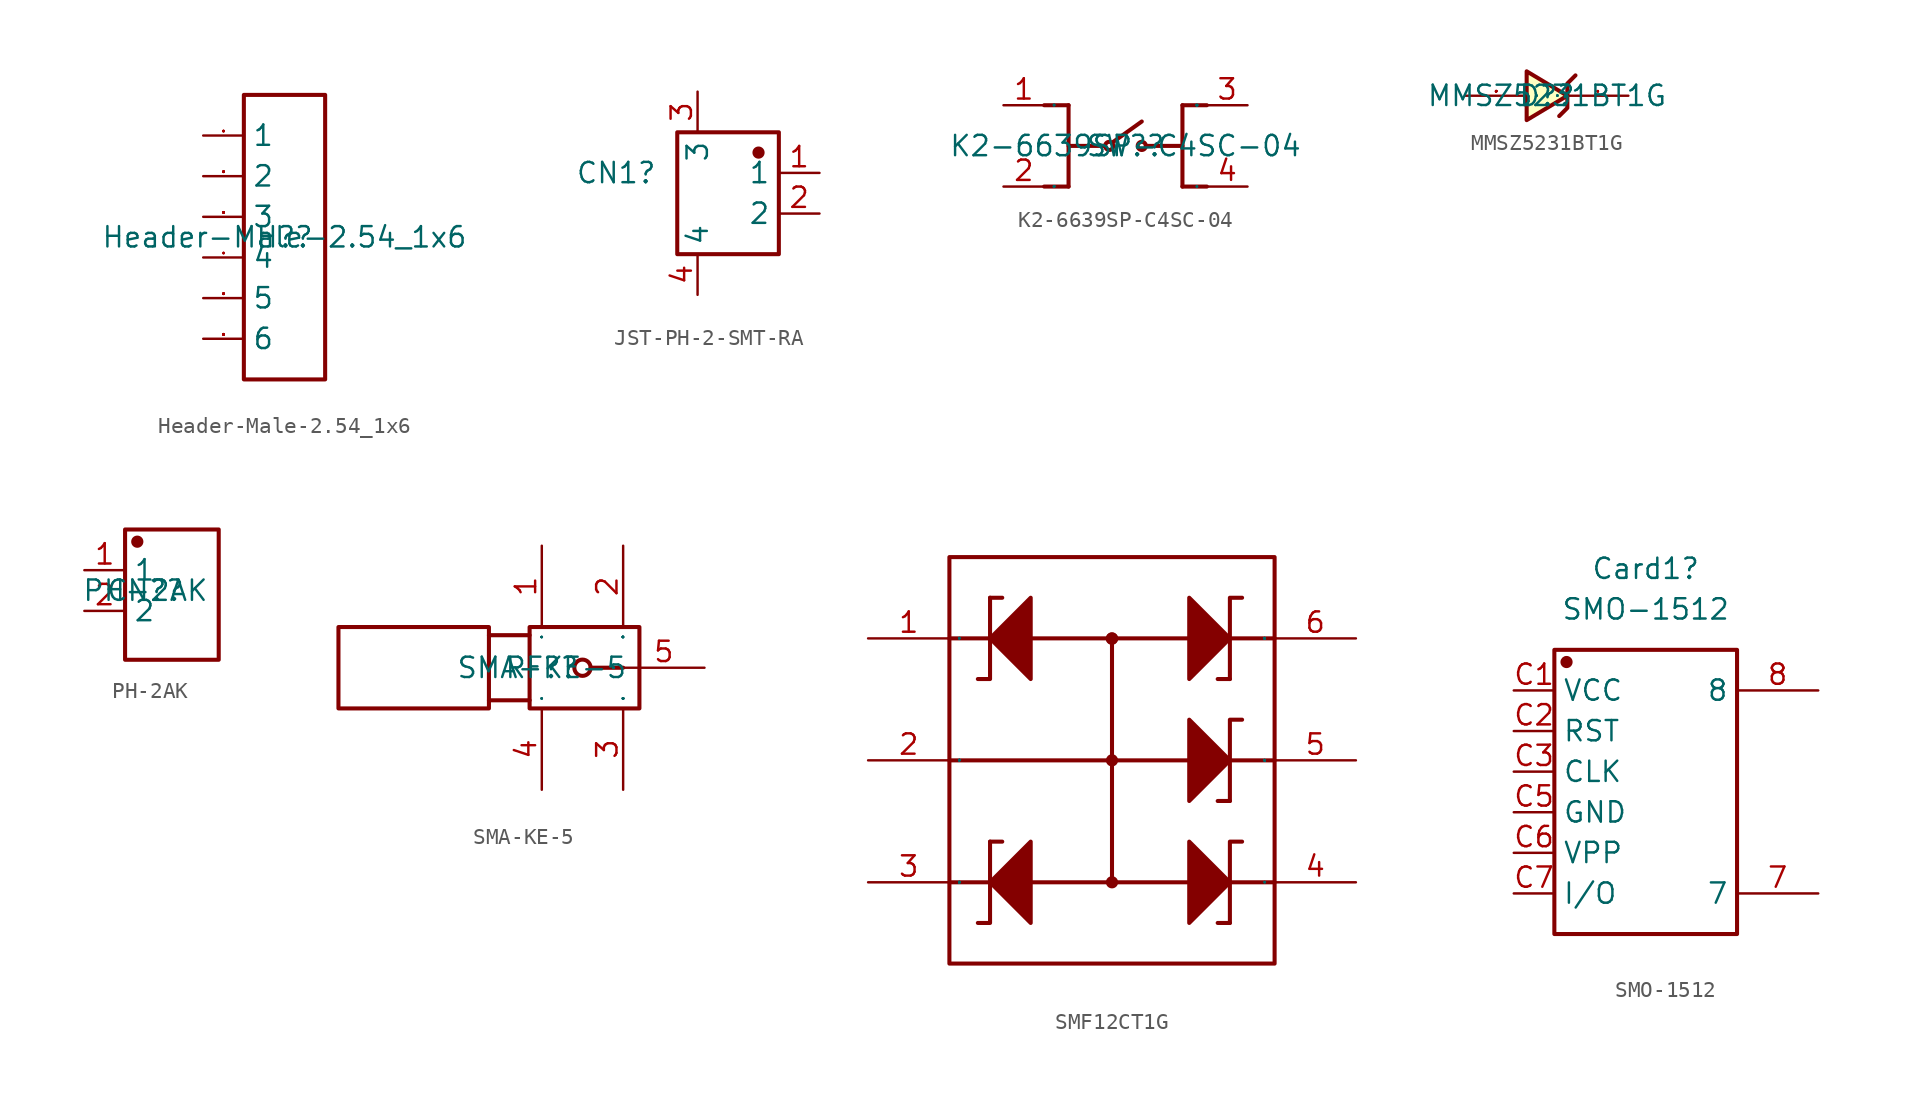
<source format=kicad_sym>
(kicad_symbol_lib
  (version 20241209)
  (generator "kicad_symbol_editor")
  (generator_version "9.0")
  (symbol "Header-Male-2.54_1x6"
    (property "Reference" "H?"
      (at 0 0 0)
      (effects (font (size 1.27 1.27))))
    (property "Value" "Header-Male-2.54_1x6"
      (at 0 0 0)
      (effects (font (size 1.27 1.27))))
    (symbol "Header-Male-2.54_1x6_0_0"
      (rectangle (start -2.54 8.89) (end 2.54 -8.89) (stroke (width 0.254) (type solid)) (fill (type none)))
      (pin input line (at -5.08 6.35 0) (length 2.54) (name "1" (effects (font (size 1.27 1.27)))) (number "1" (effects (font (size 0.025 0.025)))))
      (pin input line (at -5.08 3.81 0) (length 2.54) (name "2" (effects (font (size 1.27 1.27)))) (number "2" (effects (font (size 0.025 0.025)))))
      (pin input line (at -5.08 1.27 0) (length 2.54) (name "3" (effects (font (size 1.27 1.27)))) (number "3" (effects (font (size 0.025 0.025)))))
      (pin input line (at -5.08 -1.27 0) (length 2.54) (name "4" (effects (font (size 1.27 1.27)))) (number "4" (effects (font (size 0.025 0.025)))))
      (pin input line (at -5.08 -3.81 0) (length 2.54) (name "5" (effects (font (size 1.27 1.27)))) (number "5" (effects (font (size 0.025 0.025)))))
      (pin input line (at -5.08 -6.35 0) (length 2.54) (name "6" (effects (font (size 1.27 1.27)))) (number "6" (effects (font (size 0.025 0.025)))))))
  (symbol "JST-PH-2-SMT-RA"
    (property "Reference" "CN1"
      (at -6.35 1.27 0)
      (effects (font (size 1.27 1.27)) (justify right)))
    (symbol "JST-PH-2-SMT-RA_0_0"
      (rectangle (start -5.08 3.81) (end 1.27 -3.81) (stroke (width 0.254) (type solid)) (fill (type none)))
      (circle (center 0 2.54) (radius 0.254) (stroke (width 0.254) (type solid)) (fill (type outline)))
      (pin passive line (at -3.81 6.35 270) (length 2.54) (name "3" (effects (font (size 1.27 1.27)))) (number "3" (effects (font (size 1.27 1.27)))))
      (pin passive line (at -3.81 -6.35 90) (length 2.54) (name "4" (effects (font (size 1.27 1.27)))) (number "4" (effects (font (size 1.27 1.27)))))
      (pin power_in line (at 3.81 1.27 180) (length 2.54) (name "1" (effects (font (size 1.27 1.27)))) (number "1" (effects (font (size 1.27 1.27)))))
      (pin power_in line (at 3.81 -1.27 180) (length 2.54) (name "2" (effects (font (size 1.27 1.27)))) (number "2" (effects (font (size 1.27 1.27)))))))
  (symbol "K2-6639SP-C4SC-04"
    (property "Reference" "SW?"
      (at 0 0 0)
      (effects (font (size 1.27 1.27))))
    (property "Value" "K2-6639SP-C4SC-04"
      (at 0 0 0)
      (effects (font (size 1.27 1.27))))
    (symbol "K2-6639SP-C4SC-04_0_0"
      (polyline (pts (xy -5.08 2.54) (xy -3.556 2.54)) (stroke (width 0.254) (type solid)) (fill (type none)))
      (polyline (pts (xy -5.08 -2.54) (xy -3.556 -2.54)) (stroke (width 0.254) (type solid)) (fill (type none)))
      (polyline (pts (xy -3.556 -2.54) (xy -3.556 2.54)) (stroke (width 0.254) (type solid)) (fill (type none)))
      (polyline (pts (xy -1.27 0) (xy -3.556 0)) (stroke (width 0.254) (type solid)) (fill (type none)))
      (circle (center -1.016 0) (radius 0.254) (stroke (width 0.254) (type solid)) (fill (type none)))
      (polyline (pts (xy -0.762 0.254) (xy 1.016 1.524)) (stroke (width 0.254) (type solid)) (fill (type none)))
      (circle (center 1.016 0) (radius 0.254) (stroke (width 0.254) (type solid)) (fill (type none)))
      (polyline (pts (xy 1.27 0) (xy 3.556 0)) (stroke (width 0.254) (type solid)) (fill (type none)))
      (polyline (pts (xy 3.556 -2.54) (xy 3.556 2.54)) (stroke (width 0.254) (type solid)) (fill (type none)))
      (polyline (pts (xy 5.08 2.54) (xy 3.556 2.54)) (stroke (width 0.254) (type solid)) (fill (type none)))
      (polyline (pts (xy 5.08 -2.54) (xy 3.556 -2.54)) (stroke (width 0.254) (type solid)) (fill (type none))))
    (symbol "K2-6639SP-C4SC-04_1_0"
      (pin passive line (at -7.62 2.54 0) (length 2.54) (name "1" (effects (font (size 0.025 0.025)))) (number "1" (effects (font (size 1.27 1.27)))))
      (pin passive line (at -7.62 -2.54 0) (length 2.54) (name "2" (effects (font (size 0.025 0.025)))) (number "2" (effects (font (size 1.27 1.27)))))
      (pin passive line (at 7.62 2.54 180) (length 2.54) (name "3" (effects (font (size 0.025 0.025)))) (number "3" (effects (font (size 1.27 1.27)))))
      (pin passive line (at 7.62 -2.54 180) (length 2.54) (name "4" (effects (font (size 0.025 0.025)))) (number "4" (effects (font (size 1.27 1.27)))))))
  (symbol "MMSZ5231BT1G"
    (property "Reference" "D?"
      (at 0 0 0)
      (effects (font (size 1.27 1.27))))
    (property "Value" "MMSZ5231BT1G"
      (at 0 0 0)
      (effects (font (size 1.27 1.27))))
    (symbol "MMSZ5231BT1G_0_0"
      (polyline (pts (xy 1.27 0) (xy -1.27 1.524) (xy -1.27 -1.524) (xy 1.27 0)) (stroke (width 0.254) (type solid)) (fill (type background)))
      (polyline (pts (xy 1.778 1.27) (xy 1.27 0.762) (xy 1.27 -0.762) (xy 0.762 -1.27)) (stroke (width 0.254) (type solid)) (fill (type none))))
    (symbol "MMSZ5231BT1G_1_0"
      (pin passive line (at -5.08 0 0) (length 3.81) (name "A" (effects (font (size 0.025 0.025)))) (number "2" (effects (font (size 0.025 0.025)))))
      (pin passive line (at 5.08 0 180) (length 3.81) (name "K" (effects (font (size 0.025 0.025)))) (number "1" (effects (font (size 0.025 0.025)))))))
  (symbol "PH-2AK"
    (property "Reference" "CN?"
      (at 0 0 0)
      (effects (font (size 1.27 1.27))))
    (property "Value" "PH-2AK"
      (at 0 0 0)
      (effects (font (size 1.27 1.27))))
    (symbol "PH-2AK_0_0"
      (rectangle (start -1.27 3.81) (end 4.572 -4.318) (stroke (width 0.254) (type solid)) (fill (type none)))
      (circle (center -0.508 3.048) (radius 0.254) (stroke (width 0.254) (type solid)) (fill (type outline))))
    (symbol "PH-2AK_1_0"
      (pin power_in line (at -3.81 1.27 0) (length 2.54) (name "1" (effects (font (size 1.27 1.27)))) (number "1" (effects (font (size 1.27 1.27)))))
      (pin power_in line (at -3.81 -1.27 0) (length 2.54) (name "2" (effects (font (size 1.27 1.27)))) (number "2" (effects (font (size 1.27 1.27)))))))
  (symbol "SMA-KE-5"
    (property "Reference" "RF?"
      (at 0 0 0)
      (effects (font (size 1.27 1.27))))
    (property "Value" "SMA-KE-5"
      (at 0 0 0)
      (effects (font (size 1.27 1.27))))
    (symbol "SMA-KE-5_0_0"
      (rectangle (start -12.7 2.54) (end -3.302 -2.54) (stroke (width 0.254) (type solid)) (fill (type none)))
      (polyline (pts (xy -3.302 2.032) (xy -0.762 2.032)) (stroke (width 0.254) (type solid)) (fill (type none)))
      (polyline (pts (xy -3.302 -2.032) (xy -0.762 -2.032)) (stroke (width 0.254) (type solid)) (fill (type none)))
      (rectangle (start -0.762 2.54) (end 6.096 -2.54) (stroke (width 0.254) (type solid)) (fill (type none)))
      (circle (center 2.54 0) (radius 0.508) (stroke (width 0.254) (type solid)) (fill (type none)))
      (polyline (pts (xy 3.048 0) (xy 5.08 0)) (stroke (width 0.254) (type solid)) (fill (type none))))
    (symbol "SMA-KE-5_1_0"
      (pin passive line (at 0 7.62 270) (length 5.08) (name "1" (effects (font (size 0.025 0.025)))) (number "1" (effects (font (size 1.27 1.27)))))
      (pin passive line (at 0 -7.62 90) (length 5.08) (name "4" (effects (font (size 0.025 0.025)))) (number "4" (effects (font (size 1.27 1.27)))))
      (pin passive line (at 5.08 7.62 270) (length 5.08) (name "2" (effects (font (size 0.025 0.025)))) (number "2" (effects (font (size 1.27 1.27)))))
      (pin passive line (at 5.08 -7.62 90) (length 5.08) (name "3" (effects (font (size 0.025 0.025)))) (number "3" (effects (font (size 1.27 1.27)))))
      (pin passive line (at 10.16 0 180) (length 5.08) (name "5" (effects (font (size 0.025 0.025)))) (number "5" (effects (font (size 1.27 1.27)))))))
  (symbol "SMF12CT1G"
    (property "Reference" "D4"
      (at 0 17.78 0)
      (effects (font (size 1.27 1.27)) (hide yes)))
    (symbol "SMF12CT1G_0_0"
      (rectangle (start -10.16 12.7) (end 10.16 -12.7) (stroke (width 0.254) (type solid)) (fill (type none)))
      (polyline (pts (xy -10.16 7.62) (xy 10.16 7.62)) (stroke (width 0.254) (type solid)) (fill (type none)))
      (polyline (pts (xy -10.16 0) (xy 0 0)) (stroke (width 0.254) (type solid)) (fill (type none)))
      (polyline (pts (xy -10.16 -7.62) (xy 10.16 -7.62)) (stroke (width 0.254) (type solid)) (fill (type none)))
      (polyline (pts (xy -8.382 5.08) (xy -7.62 5.08) (xy -7.62 10.16)) (stroke (width 0.254) (type solid)) (fill (type none)))
      (polyline (pts (xy -8.382 -10.16) (xy -7.62 -10.16) (xy -7.62 -5.08)) (stroke (width 0.254) (type solid)) (fill (type none)))
      (polyline (pts (xy -7.62 10.16) (xy -6.858 10.16)) (stroke (width 0.254) (type solid)) (fill (type none)))
      (polyline (pts (xy -7.62 -5.08) (xy -6.858 -5.08)) (stroke (width 0.254) (type solid)) (fill (type none)))
      (polyline (pts (xy -5.08 10.16) (xy -7.62 7.62) (xy -5.08 5.08) (xy -5.08 10.16)) (stroke (width 0.254) (type solid)) (fill (type outline)))
      (polyline (pts (xy -5.08 -5.08) (xy -7.62 -7.62) (xy -5.08 -10.16) (xy -5.08 -5.08)) (stroke (width 0.254) (type solid)) (fill (type outline)))
      (arc (start 0.254 7.5946) (mid -0.2561 7.6073) (end 0.254 7.62) (stroke (width 0.254) (type solid)) (fill (type none)))
      (circle (center 0 7.62) (radius 0.254) (stroke (width 0.254) (type solid)) (fill (type outline)))
      (polyline (pts (xy 0 0) (xy 10.16 0)) (stroke (width 0.254) (type solid)) (fill (type none)))
      (circle (center 0 0) (radius 0.254) (stroke (width 0.254) (type solid)) (fill (type outline)))
      (arc (start 0.254 0) (mid -0.254 0) (end 0.254 0) (stroke (width 0.254) (type solid)) (fill (type none)))
      (polyline (pts (xy 0 -7.62) (xy 0 7.62)) (stroke (width 0.254) (type solid)) (fill (type none)))
      (circle (center 0 -7.62) (radius 0.254) (stroke (width 0.254) (type solid)) (fill (type outline)))
      (arc (start 0.254 -7.62) (mid -0.254 -7.62) (end 0.254 -7.62) (stroke (width 0.254) (type solid)) (fill (type none)))
      (polyline (pts (xy 4.826 5.08) (xy 7.366 7.62) (xy 4.826 10.16) (xy 4.826 5.08)) (stroke (width 0.254) (type solid)) (fill (type outline)))
      (polyline (pts (xy 4.826 -2.54) (xy 7.366 0) (xy 4.826 2.54) (xy 4.826 -2.54)) (stroke (width 0.254) (type solid)) (fill (type outline)))
      (polyline (pts (xy 4.826 -10.16) (xy 7.366 -7.62) (xy 4.826 -5.08) (xy 4.826 -10.16)) (stroke (width 0.254) (type solid)) (fill (type outline)))
      (polyline (pts (xy 7.366 5.08) (xy 6.604 5.08)) (stroke (width 0.254) (type solid)) (fill (type none)))
      (polyline (pts (xy 7.366 -2.54) (xy 6.604 -2.54)) (stroke (width 0.254) (type solid)) (fill (type none)))
      (polyline (pts (xy 7.366 -10.16) (xy 6.604 -10.16)) (stroke (width 0.254) (type solid)) (fill (type none)))
      (polyline (pts (xy 8.128 10.16) (xy 7.366 10.16) (xy 7.366 5.08)) (stroke (width 0.254) (type solid)) (fill (type none)))
      (polyline (pts (xy 8.128 2.54) (xy 7.366 2.54) (xy 7.366 -2.54)) (stroke (width 0.254) (type solid)) (fill (type none)))
      (polyline (pts (xy 8.128 -5.08) (xy 7.366 -5.08) (xy 7.366 -10.16)) (stroke (width 0.254) (type solid)) (fill (type none)))
      (pin input line (at -15.24 7.62 0) (length 5.08) (name "1" (effects (font (size 0.025 0.025)))) (number "1" (effects (font (size 1.27 1.27)))))
      (pin input line (at -15.24 0 0) (length 5.08) (name "2" (effects (font (size 0.025 0.025)))) (number "2" (effects (font (size 1.27 1.27)))))
      (pin input line (at -15.24 -7.62 0) (length 5.08) (name "3" (effects (font (size 0.025 0.025)))) (number "3" (effects (font (size 1.27 1.27)))))
      (pin input line (at 15.24 7.62 180) (length 5.08) (name "6" (effects (font (size 0.025 0.025)))) (number "6" (effects (font (size 1.27 1.27)))))
      (pin input line (at 15.24 0 180) (length 5.08) (name "5" (effects (font (size 0.025 0.025)))) (number "5" (effects (font (size 1.27 1.27)))))
      (pin input line (at 15.24 -7.62 180) (length 5.08) (name "4" (effects (font (size 0.025 0.025)))) (number "4" (effects (font (size 1.27 1.27)))))))
  (symbol "SMO-1512"
    (property "Reference" "Card1"
      (at 3.175 13.97 0)
      (effects (font (size 1.27 1.27))))
    (property "Value" "SMO-1512"
      (at 3.175 11.43 0)
      (effects (font (size 1.27 1.27))))
    (symbol "SMO-1512_0_0"
      (rectangle (start -2.54 8.89) (end 8.89 -8.89) (stroke (width 0.254) (type solid)) (fill (type none)))
      (circle (center -1.778 8.128) (radius 0.254) (stroke (width 0.254) (type solid)) (fill (type outline)))
      (pin input line (at -5.08 6.35 0) (length 2.54) (name "VCC" (effects (font (size 1.27 1.27)))) (number "C1" (effects (font (size 1.27 1.27)))))
      (pin input line (at -5.08 3.81 0) (length 2.54) (name "RST" (effects (font (size 1.27 1.27)))) (number "C2" (effects (font (size 1.27 1.27)))))
      (pin input line (at -5.08 1.27 0) (length 2.54) (name "CLK" (effects (font (size 1.27 1.27)))) (number "C3" (effects (font (size 1.27 1.27)))))
      (pin power_in line (at -5.08 -1.27 0) (length 2.54) (name "GND" (effects (font (size 1.27 1.27)))) (number "C5" (effects (font (size 1.27 1.27)))))
      (pin unspecified line (at -5.08 -3.81 0) (length 2.54) (name "VPP" (effects (font (size 1.27 1.27)))) (number "C6" (effects (font (size 1.27 1.27)))))
      (pin bidirectional line (at -5.08 -6.35 0) (length 2.54) (name "I/O" (effects (font (size 1.27 1.27)))) (number "C7" (effects (font (size 1.27 1.27)))))
      (pin power_in line (at 13.97 6.35 180) (length 5.08) (name "8" (effects (font (size 1.27 1.27)))) (number "8" (effects (font (size 1.27 1.27)))))
      (pin power_in line (at 13.97 -6.35 180) (length 5.08) (name "7" (effects (font (size 1.27 1.27)))) (number "7" (effects (font (size 1.27 1.27))))))))
</source>
